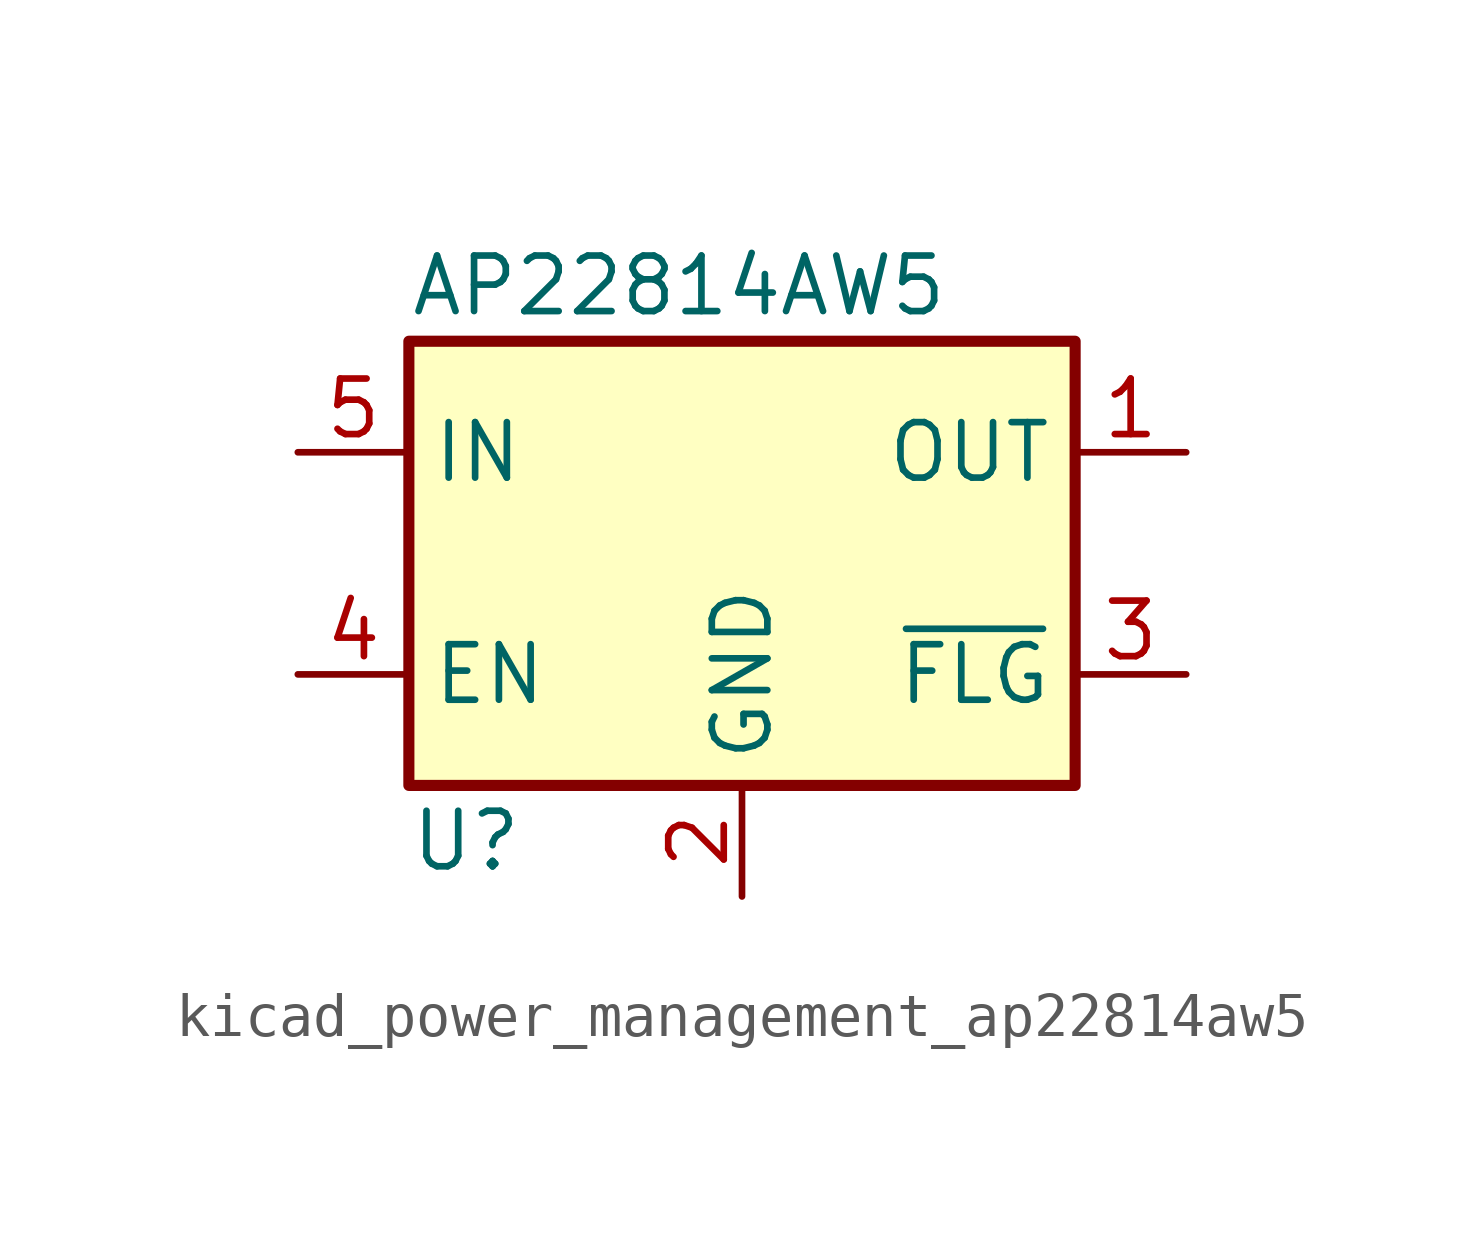
<source format=kicad_sym>
(kicad_symbol_lib
  (version 20220914)
  (generator kicad_symbol_editor)
  (symbol "kicad_power_management_ap22814aw5"
    (property "Reference" "U"
      (at -7.62 -6.35 0)
      (effects (font (size 1.27 1.27)) (justify left)))
    (property "Value" "AP22814AW5"
      (at -7.62 6.35 0)
      (effects (font (size 1.27 1.27)) (justify left)))
    (symbol "kicad_power_management_ap22814aw5_0_1"
      (rectangle (start -7.62 5.08) (end 7.62 -5.08) (stroke (width 0.254) (type default)) (fill (type background))))
    (symbol "kicad_power_management_ap22814aw5_1_1"
      (pin power_out line (at 10.16 2.54 180) (length 2.54) (name "OUT" (effects (font (size 1.27 1.27)))) (number "1" (effects (font (size 1.27 1.27)))))
      (pin power_in line (at 0 -7.62 90) (length 2.54) (name "GND" (effects (font (size 1.27 1.27)))) (number "2" (effects (font (size 1.27 1.27)))))
      (pin open_collector line (at 10.16 -2.54 180) (length 2.54) (name "~{FLG}" (effects (font (size 1.27 1.27)))) (number "3" (effects (font (size 1.27 1.27)))))
      (pin input line (at -10.16 -2.54 0) (length 2.54) (name "EN" (effects (font (size 1.27 1.27)))) (number "4" (effects (font (size 1.27 1.27)))))
      (pin power_in line (at -10.16 2.54 0) (length 2.54) (name "IN" (effects (font (size 1.27 1.27)))) (number "5" (effects (font (size 1.27 1.27))))))))
</source>
